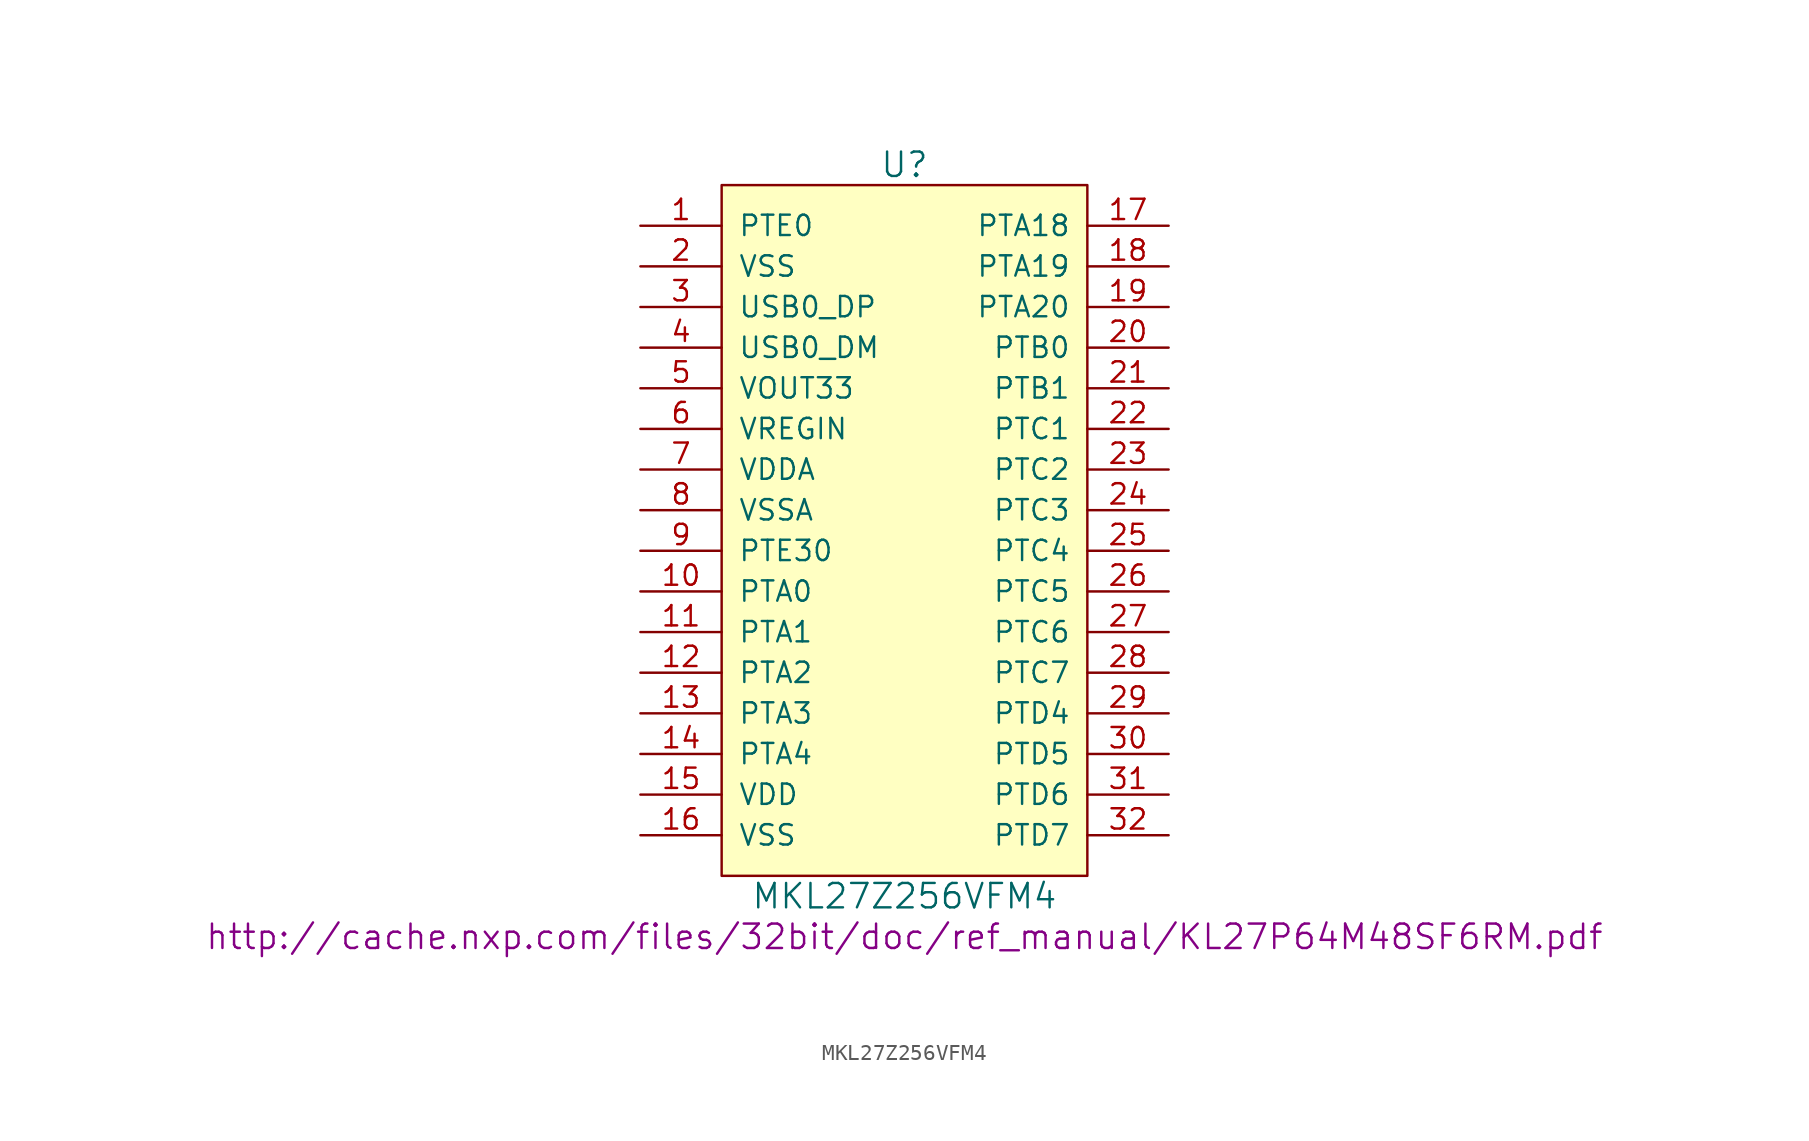
<source format=kicad_sym>
(kicad_symbol_lib
  (version 20211014)
  (generator kicad_symbol_editor)
  (symbol "MKL27Z256VFM4"
    (pin_names
      (offset 1.016))
    (property "Reference" "U"
      (at 0 22.86 0)
      (effects (font (size 1.524 1.524))))
    (property "Value" "MKL27Z256VFM4"
      (at 0 -22.86 0)
      (effects (font (size 1.524 1.524))))
    (property "Footprint" ""
      (at 0 -25.4 0)
      (effects (font (size 1.524 1.524))))
    (property "Datasheet" "http://cache.nxp.com/files/32bit/doc/ref_manual/KL27P64M48SF6RM.pdf"
      (at 0 -25.4 0)
      (effects (font (size 1.524 1.524))))
    (symbol "MKL27Z256VFM4_0_1"
      (rectangle (start -11.43 21.59) (end 11.43 -21.59) (stroke (width 0) (type default) (color 0 0 0 0)) (fill (type background))))
    (symbol "MKL27Z256VFM4_1_1"
      (pin bidirectional line (at -16.51 19.05 0) (length 5.08) (name "PTE0" (effects (font (size 1.27 1.27)))) (number "1" (effects (font (size 1.27 1.27)))))
      (pin bidirectional line (at -16.51 -3.81 0) (length 5.08) (name "PTA0" (effects (font (size 1.27 1.27)))) (number "10" (effects (font (size 1.27 1.27)))))
      (pin bidirectional line (at -16.51 -6.35 0) (length 5.08) (name "PTA1" (effects (font (size 1.27 1.27)))) (number "11" (effects (font (size 1.27 1.27)))))
      (pin bidirectional line (at -16.51 -8.89 0) (length 5.08) (name "PTA2" (effects (font (size 1.27 1.27)))) (number "12" (effects (font (size 1.27 1.27)))))
      (pin bidirectional line (at -16.51 -11.43 0) (length 5.08) (name "PTA3" (effects (font (size 1.27 1.27)))) (number "13" (effects (font (size 1.27 1.27)))))
      (pin bidirectional line (at -16.51 -13.97 0) (length 5.08) (name "PTA4" (effects (font (size 1.27 1.27)))) (number "14" (effects (font (size 1.27 1.27)))))
      (pin power_in line (at -16.51 -16.51 0) (length 5.08) (name "VDD" (effects (font (size 1.27 1.27)))) (number "15" (effects (font (size 1.27 1.27)))))
      (pin power_in line (at -16.51 -19.05 0) (length 5.08) (name "VSS" (effects (font (size 1.27 1.27)))) (number "16" (effects (font (size 1.27 1.27)))))
      (pin bidirectional line (at 16.51 19.05 180) (length 5.08) (name "PTA18" (effects (font (size 1.27 1.27)))) (number "17" (effects (font (size 1.27 1.27)))))
      (pin bidirectional line (at 16.51 16.51 180) (length 5.08) (name "PTA19" (effects (font (size 1.27 1.27)))) (number "18" (effects (font (size 1.27 1.27)))))
      (pin bidirectional line (at 16.51 13.97 180) (length 5.08) (name "PTA20" (effects (font (size 1.27 1.27)))) (number "19" (effects (font (size 1.27 1.27)))))
      (pin power_in line (at -16.51 16.51 0) (length 5.08) (name "VSS" (effects (font (size 1.27 1.27)))) (number "2" (effects (font (size 1.27 1.27)))))
      (pin bidirectional line (at 16.51 11.43 180) (length 5.08) (name "PTB0" (effects (font (size 1.27 1.27)))) (number "20" (effects (font (size 1.27 1.27)))))
      (pin bidirectional line (at 16.51 8.89 180) (length 5.08) (name "PTB1" (effects (font (size 1.27 1.27)))) (number "21" (effects (font (size 1.27 1.27)))))
      (pin bidirectional line (at 16.51 6.35 180) (length 5.08) (name "PTC1" (effects (font (size 1.27 1.27)))) (number "22" (effects (font (size 1.27 1.27)))))
      (pin bidirectional line (at 16.51 3.81 180) (length 5.08) (name "PTC2" (effects (font (size 1.27 1.27)))) (number "23" (effects (font (size 1.27 1.27)))))
      (pin bidirectional line (at 16.51 1.27 180) (length 5.08) (name "PTC3" (effects (font (size 1.27 1.27)))) (number "24" (effects (font (size 1.27 1.27)))))
      (pin bidirectional line (at 16.51 -1.27 180) (length 5.08) (name "PTC4" (effects (font (size 1.27 1.27)))) (number "25" (effects (font (size 1.27 1.27)))))
      (pin bidirectional line (at 16.51 -3.81 180) (length 5.08) (name "PTC5" (effects (font (size 1.27 1.27)))) (number "26" (effects (font (size 1.27 1.27)))))
      (pin bidirectional line (at 16.51 -6.35 180) (length 5.08) (name "PTC6" (effects (font (size 1.27 1.27)))) (number "27" (effects (font (size 1.27 1.27)))))
      (pin bidirectional line (at 16.51 -8.89 180) (length 5.08) (name "PTC7" (effects (font (size 1.27 1.27)))) (number "28" (effects (font (size 1.27 1.27)))))
      (pin bidirectional line (at 16.51 -11.43 180) (length 5.08) (name "PTD4" (effects (font (size 1.27 1.27)))) (number "29" (effects (font (size 1.27 1.27)))))
      (pin bidirectional line (at -16.51 13.97 0) (length 5.08) (name "USB0_DP" (effects (font (size 1.27 1.27)))) (number "3" (effects (font (size 1.27 1.27)))))
      (pin bidirectional line (at 16.51 -13.97 180) (length 5.08) (name "PTD5" (effects (font (size 1.27 1.27)))) (number "30" (effects (font (size 1.27 1.27)))))
      (pin bidirectional line (at 16.51 -16.51 180) (length 5.08) (name "PTD6" (effects (font (size 1.27 1.27)))) (number "31" (effects (font (size 1.27 1.27)))))
      (pin bidirectional line (at 16.51 -19.05 180) (length 5.08) (name "PTD7" (effects (font (size 1.27 1.27)))) (number "32" (effects (font (size 1.27 1.27)))))
      (pin bidirectional line (at -16.51 11.43 0) (length 5.08) (name "USB0_DM" (effects (font (size 1.27 1.27)))) (number "4" (effects (font (size 1.27 1.27)))))
      (pin power_in line (at -16.51 8.89 0) (length 5.08) (name "VOUT33" (effects (font (size 1.27 1.27)))) (number "5" (effects (font (size 1.27 1.27)))))
      (pin power_in line (at -16.51 6.35 0) (length 5.08) (name "VREGIN" (effects (font (size 1.27 1.27)))) (number "6" (effects (font (size 1.27 1.27)))))
      (pin power_in line (at -16.51 3.81 0) (length 5.08) (name "VDDA" (effects (font (size 1.27 1.27)))) (number "7" (effects (font (size 1.27 1.27)))))
      (pin power_in line (at -16.51 1.27 0) (length 5.08) (name "VSSA" (effects (font (size 1.27 1.27)))) (number "8" (effects (font (size 1.27 1.27)))))
      (pin bidirectional line (at -16.51 -1.27 0) (length 5.08) (name "PTE30" (effects (font (size 1.27 1.27)))) (number "9" (effects (font (size 1.27 1.27))))))))
</source>
